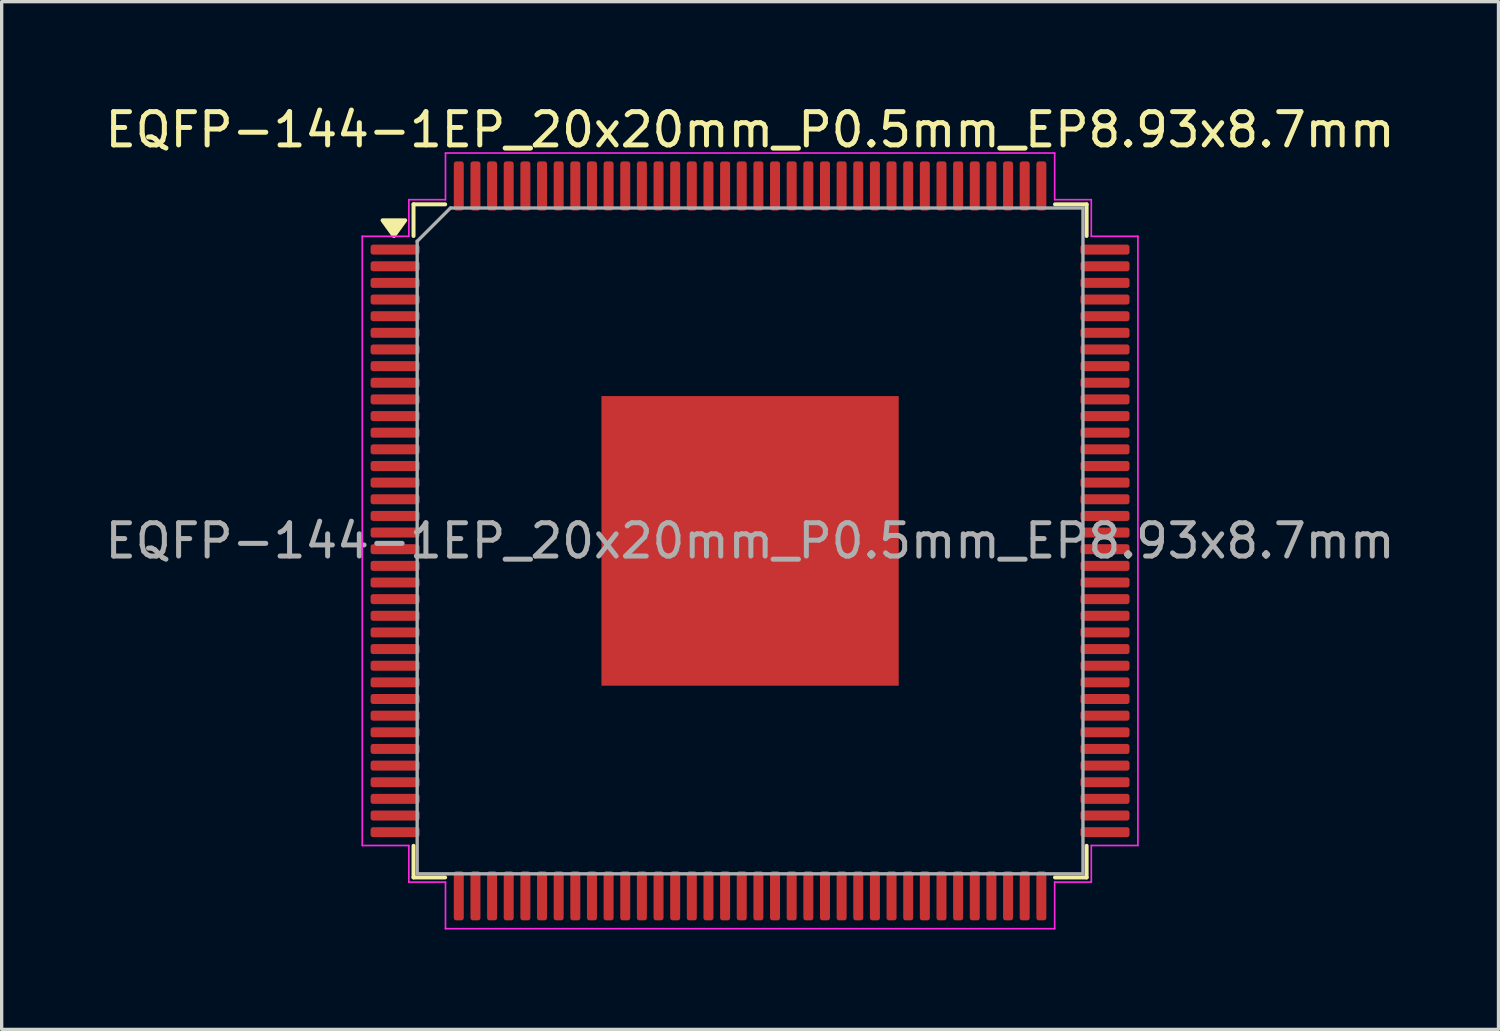
<source format=kicad_pcb>
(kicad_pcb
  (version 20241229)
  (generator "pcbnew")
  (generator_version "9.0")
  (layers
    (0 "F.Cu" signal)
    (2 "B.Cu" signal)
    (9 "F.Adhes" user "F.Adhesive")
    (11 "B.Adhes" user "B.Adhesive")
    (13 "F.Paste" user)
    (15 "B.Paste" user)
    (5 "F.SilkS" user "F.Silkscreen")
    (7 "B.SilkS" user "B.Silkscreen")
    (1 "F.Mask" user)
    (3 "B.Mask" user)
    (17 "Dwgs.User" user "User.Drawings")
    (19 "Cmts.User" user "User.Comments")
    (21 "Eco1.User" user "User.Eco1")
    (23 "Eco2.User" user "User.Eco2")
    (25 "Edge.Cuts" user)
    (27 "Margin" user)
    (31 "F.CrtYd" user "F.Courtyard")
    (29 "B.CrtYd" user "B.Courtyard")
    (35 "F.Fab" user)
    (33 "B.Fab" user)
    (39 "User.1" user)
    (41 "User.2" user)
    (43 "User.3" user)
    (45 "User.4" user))
  (footprint "EQFP-144-1EP_20x20mm_P0.5mm_EP8.93x8.7mm"
    (layer "F.Cu")
    (at 19.482 13.198)
    (property "Reference" "EQFP-144-1EP_20x20mm_P0.5mm_EP8.93x8.7mm" (at 0 -12.35 0) (layer "F.SilkS") (effects (font (size 1 1) (thickness 0.15))))
    (attr smd)
    (fp_line (start -10.11 -10.11) (end -10.11 -9.16) (stroke (width 0.12) (type solid)) (layer "F.SilkS"))
    (fp_line (start -10.11 10.11) (end -10.11 9.16) (stroke (width 0.12) (type solid)) (layer "F.SilkS"))
    (fp_line (start -9.16 -10.11) (end -10.11 -10.11) (stroke (width 0.12) (type solid)) (layer "F.SilkS"))
    (fp_line (start -9.16 10.11) (end -10.11 10.11) (stroke (width 0.12) (type solid)) (layer "F.SilkS"))
    (fp_line (start 9.16 -10.11) (end 10.11 -10.11) (stroke (width 0.12) (type solid)) (layer "F.SilkS"))
    (fp_line (start 9.16 10.11) (end 10.11 10.11) (stroke (width 0.12) (type solid)) (layer "F.SilkS"))
    (fp_line (start 10.11 -10.11) (end 10.11 -9.16) (stroke (width 0.12) (type solid)) (layer "F.SilkS"))
    (fp_line (start 10.11 10.11) (end 10.11 9.16) (stroke (width 0.12) (type solid)) (layer "F.SilkS"))
    (fp_poly (pts (xy -10.7 -9.16) (xy -11.04 -9.63) (xy -10.36 -9.63)) (stroke (width 0.12) (type solid)) (fill yes) (layer "F.SilkS"))
    (fp_line (start -11.65 -9.15) (end -10.25 -9.15) (stroke (width 0.05) (type solid)) (layer "F.CrtYd"))
    (fp_line (start -11.65 9.15) (end -11.65 -9.15) (stroke (width 0.05) (type solid)) (layer "F.CrtYd"))
    (fp_line (start -10.25 -10.25) (end -9.15 -10.25) (stroke (width 0.05) (type solid)) (layer "F.CrtYd"))
    (fp_line (start -10.25 -9.15) (end -10.25 -10.25) (stroke (width 0.05) (type solid)) (layer "F.CrtYd"))
    (fp_line (start -10.25 9.15) (end -11.65 9.15) (stroke (width 0.05) (type solid)) (layer "F.CrtYd"))
    (fp_line (start -10.25 10.25) (end -10.25 9.15) (stroke (width 0.05) (type solid)) (layer "F.CrtYd"))
    (fp_line (start -9.15 -11.65) (end 9.15 -11.65) (stroke (width 0.05) (type solid)) (layer "F.CrtYd"))
    (fp_line (start -9.15 -10.25) (end -9.15 -11.65) (stroke (width 0.05) (type solid)) (layer "F.CrtYd"))
    (fp_line (start -9.15 10.25) (end -10.25 10.25) (stroke (width 0.05) (type solid)) (layer "F.CrtYd"))
    (fp_line (start -9.15 11.65) (end -9.15 10.25) (stroke (width 0.05) (type solid)) (layer "F.CrtYd"))
    (fp_line (start 9.15 -11.65) (end 9.15 -10.25) (stroke (width 0.05) (type solid)) (layer "F.CrtYd"))
    (fp_line (start 9.15 -10.25) (end 10.25 -10.25) (stroke (width 0.05) (type solid)) (layer "F.CrtYd"))
    (fp_line (start 9.15 10.25) (end 9.15 11.65) (stroke (width 0.05) (type solid)) (layer "F.CrtYd"))
    (fp_line (start 9.15 11.65) (end -9.15 11.65) (stroke (width 0.05) (type solid)) (layer "F.CrtYd"))
    (fp_line (start 10.25 -10.25) (end 10.25 -9.15) (stroke (width 0.05) (type solid)) (layer "F.CrtYd"))
    (fp_line (start 10.25 -9.15) (end 11.65 -9.15) (stroke (width 0.05) (type solid)) (layer "F.CrtYd"))
    (fp_line (start 10.25 9.15) (end 10.25 10.25) (stroke (width 0.05) (type solid)) (layer "F.CrtYd"))
    (fp_line (start 10.25 10.25) (end 9.15 10.25) (stroke (width 0.05) (type solid)) (layer "F.CrtYd"))
    (fp_line (start 11.65 -9.15) (end 11.65 9.15) (stroke (width 0.05) (type solid)) (layer "F.CrtYd"))
    (fp_line (start 11.65 9.15) (end 10.25 9.15) (stroke (width 0.05) (type solid)) (layer "F.CrtYd"))
    (fp_line (start -10 -9) (end -9 -10) (stroke (width 0.1) (type solid)) (layer "F.Fab"))
    (fp_line (start -10 10) (end -10 -9) (stroke (width 0.1) (type solid)) (layer "F.Fab"))
    (fp_line (start -9 -10) (end 10 -10) (stroke (width 0.1) (type solid)) (layer "F.Fab"))
    (fp_line (start 10 -10) (end 10 10) (stroke (width 0.1) (type solid)) (layer "F.Fab"))
    (fp_line (start 10 10) (end -10 10) (stroke (width 0.1) (type solid)) (layer "F.Fab"))
    (fp_text user "${REFERENCE}" (at 0 0 0) (layer "F.Fab") (effects (font (size 1 1) (thickness 0.15))))
    (pad "" smd roundrect (at -3.84 -3.72) (size 1.03 1) (layers "F.Paste") (roundrect_rratio 0.25))
    (pad "" smd roundrect (at -3.84 -2.48) (size 1.03 1) (layers "F.Paste") (roundrect_rratio 0.25))
    (pad "" smd roundrect (at -3.84 -1.24) (size 1.03 1) (layers "F.Paste") (roundrect_rratio 0.25))
    (pad "" smd roundrect (at -3.84 0) (size 1.03 1) (layers "F.Paste") (roundrect_rratio 0.25))
    (pad "" smd roundrect (at -3.84 1.24) (size 1.03 1) (layers "F.Paste") (roundrect_rratio 0.25))
    (pad "" smd roundrect (at -3.84 2.48) (size 1.03 1) (layers "F.Paste") (roundrect_rratio 0.25))
    (pad "" smd roundrect (at -3.84 3.72) (size 1.03 1) (layers "F.Paste") (roundrect_rratio 0.25))
    (pad "" smd roundrect (at -2.56 -3.72) (size 1.03 1) (layers "F.Paste") (roundrect_rratio 0.25))
    (pad "" smd roundrect (at -2.56 -2.48) (size 1.03 1) (layers "F.Paste") (roundrect_rratio 0.25))
    (pad "" smd roundrect (at -2.56 -1.24) (size 1.03 1) (layers "F.Paste") (roundrect_rratio 0.25))
    (pad "" smd roundrect (at -2.56 0) (size 1.03 1) (layers "F.Paste") (roundrect_rratio 0.25))
    (pad "" smd roundrect (at -2.56 1.24) (size 1.03 1) (layers "F.Paste") (roundrect_rratio 0.25))
    (pad "" smd roundrect (at -2.56 2.48) (size 1.03 1) (layers "F.Paste") (roundrect_rratio 0.25))
    (pad "" smd roundrect (at -2.56 3.72) (size 1.03 1) (layers "F.Paste") (roundrect_rratio 0.25))
    (pad "" smd roundrect (at -1.28 -3.72) (size 1.03 1) (layers "F.Paste") (roundrect_rratio 0.25))
    (pad "" smd roundrect (at -1.28 -2.48) (size 1.03 1) (layers "F.Paste") (roundrect_rratio 0.25))
    (pad "" smd roundrect (at -1.28 -1.24) (size 1.03 1) (layers "F.Paste") (roundrect_rratio 0.25))
    (pad "" smd roundrect (at -1.28 0) (size 1.03 1) (layers "F.Paste") (roundrect_rratio 0.25))
    (pad "" smd roundrect (at -1.28 1.24) (size 1.03 1) (layers "F.Paste") (roundrect_rratio 0.25))
    (pad "" smd roundrect (at -1.28 2.48) (size 1.03 1) (layers "F.Paste") (roundrect_rratio 0.25))
    (pad "" smd roundrect (at -1.28 3.72) (size 1.03 1) (layers "F.Paste") (roundrect_rratio 0.25))
    (pad "" smd roundrect (at 0 -3.72) (size 1.03 1) (layers "F.Paste") (roundrect_rratio 0.25))
    (pad "" smd roundrect (at 0 -2.48) (size 1.03 1) (layers "F.Paste") (roundrect_rratio 0.25))
    (pad "" smd roundrect (at 0 -1.24) (size 1.03 1) (layers "F.Paste") (roundrect_rratio 0.25))
    (pad "" smd roundrect (at 0 0) (size 1.03 1) (layers "F.Paste") (roundrect_rratio 0.25))
    (pad "" smd roundrect (at 0 1.24) (size 1.03 1) (layers "F.Paste") (roundrect_rratio 0.25))
    (pad "" smd roundrect (at 0 2.48) (size 1.03 1) (layers "F.Paste") (roundrect_rratio 0.25))
    (pad "" smd roundrect (at 0 3.72) (size 1.03 1) (layers "F.Paste") (roundrect_rratio 0.25))
    (pad "" smd roundrect (at 1.28 -3.72) (size 1.03 1) (layers "F.Paste") (roundrect_rratio 0.25))
    (pad "" smd roundrect (at 1.28 -2.48) (size 1.03 1) (layers "F.Paste") (roundrect_rratio 0.25))
    (pad "" smd roundrect (at 1.28 -1.24) (size 1.03 1) (layers "F.Paste") (roundrect_rratio 0.25))
    (pad "" smd roundrect (at 1.28 0) (size 1.03 1) (layers "F.Paste") (roundrect_rratio 0.25))
    (pad "" smd roundrect (at 1.28 1.24) (size 1.03 1) (layers "F.Paste") (roundrect_rratio 0.25))
    (pad "" smd roundrect (at 1.28 2.48) (size 1.03 1) (layers "F.Paste") (roundrect_rratio 0.25))
    (pad "" smd roundrect (at 1.28 3.72) (size 1.03 1) (layers "F.Paste") (roundrect_rratio 0.25))
    (pad "" smd roundrect (at 2.56 -3.72) (size 1.03 1) (layers "F.Paste") (roundrect_rratio 0.25))
    (pad "" smd roundrect (at 2.56 -2.48) (size 1.03 1) (layers "F.Paste") (roundrect_rratio 0.25))
    (pad "" smd roundrect (at 2.56 -1.24) (size 1.03 1) (layers "F.Paste") (roundrect_rratio 0.25))
    (pad "" smd roundrect (at 2.56 0) (size 1.03 1) (layers "F.Paste") (roundrect_rratio 0.25))
    (pad "" smd roundrect (at 2.56 1.24) (size 1.03 1) (layers "F.Paste") (roundrect_rratio 0.25))
    (pad "" smd roundrect (at 2.56 2.48) (size 1.03 1) (layers "F.Paste") (roundrect_rratio 0.25))
    (pad "" smd roundrect (at 2.56 3.72) (size 1.03 1) (layers "F.Paste") (roundrect_rratio 0.25))
    (pad "" smd roundrect (at 3.84 -3.72) (size 1.03 1) (layers "F.Paste") (roundrect_rratio 0.25))
    (pad "" smd roundrect (at 3.84 -2.48) (size 1.03 1) (layers "F.Paste") (roundrect_rratio 0.25))
    (pad "" smd roundrect (at 3.84 -1.24) (size 1.03 1) (layers "F.Paste") (roundrect_rratio 0.25))
    (pad "" smd roundrect (at 3.84 0) (size 1.03 1) (layers "F.Paste") (roundrect_rratio 0.25))
    (pad "" smd roundrect (at 3.84 1.24) (size 1.03 1) (layers "F.Paste") (roundrect_rratio 0.25))
    (pad "" smd roundrect (at 3.84 2.48) (size 1.03 1) (layers "F.Paste") (roundrect_rratio 0.25))
    (pad "" smd roundrect (at 3.84 3.72) (size 1.03 1) (layers "F.Paste") (roundrect_rratio 0.25))
    (pad "1" smd roundrect (at -10.662 -8.75) (size 1.475 0.3) (layers "F.Cu" "F.Mask" "F.Paste") (roundrect_rratio 0.25))
    (pad "2" smd roundrect (at -10.662 -8.25) (size 1.475 0.3) (layers "F.Cu" "F.Mask" "F.Paste") (roundrect_rratio 0.25))
    (pad "3" smd roundrect (at -10.662 -7.75) (size 1.475 0.3) (layers "F.Cu" "F.Mask" "F.Paste") (roundrect_rratio 0.25))
    (pad "4" smd roundrect (at -10.662 -7.25) (size 1.475 0.3) (layers "F.Cu" "F.Mask" "F.Paste") (roundrect_rratio 0.25))
    (pad "5" smd roundrect (at -10.662 -6.75) (size 1.475 0.3) (layers "F.Cu" "F.Mask" "F.Paste") (roundrect_rratio 0.25))
    (pad "6" smd roundrect (at -10.662 -6.25) (size 1.475 0.3) (layers "F.Cu" "F.Mask" "F.Paste") (roundrect_rratio 0.25))
    (pad "7" smd roundrect (at -10.662 -5.75) (size 1.475 0.3) (layers "F.Cu" "F.Mask" "F.Paste") (roundrect_rratio 0.25))
    (pad "8" smd roundrect (at -10.662 -5.25) (size 1.475 0.3) (layers "F.Cu" "F.Mask" "F.Paste") (roundrect_rratio 0.25))
    (pad "9" smd roundrect (at -10.662 -4.75) (size 1.475 0.3) (layers "F.Cu" "F.Mask" "F.Paste") (roundrect_rratio 0.25))
    (pad "10" smd roundrect (at -10.662 -4.25) (size 1.475 0.3) (layers "F.Cu" "F.Mask" "F.Paste") (roundrect_rratio 0.25))
    (pad "11" smd roundrect (at -10.662 -3.75) (size 1.475 0.3) (layers "F.Cu" "F.Mask" "F.Paste") (roundrect_rratio 0.25))
    (pad "12" smd roundrect (at -10.662 -3.25) (size 1.475 0.3) (layers "F.Cu" "F.Mask" "F.Paste") (roundrect_rratio 0.25))
    (pad "13" smd roundrect (at -10.662 -2.75) (size 1.475 0.3) (layers "F.Cu" "F.Mask" "F.Paste") (roundrect_rratio 0.25))
    (pad "14" smd roundrect (at -10.662 -2.25) (size 1.475 0.3) (layers "F.Cu" "F.Mask" "F.Paste") (roundrect_rratio 0.25))
    (pad "15" smd roundrect (at -10.662 -1.75) (size 1.475 0.3) (layers "F.Cu" "F.Mask" "F.Paste") (roundrect_rratio 0.25))
    (pad "16" smd roundrect (at -10.662 -1.25) (size 1.475 0.3) (layers "F.Cu" "F.Mask" "F.Paste") (roundrect_rratio 0.25))
    (pad "17" smd roundrect (at -10.662 -0.75) (size 1.475 0.3) (layers "F.Cu" "F.Mask" "F.Paste") (roundrect_rratio 0.25))
    (pad "18" smd roundrect (at -10.662 -0.25) (size 1.475 0.3) (layers "F.Cu" "F.Mask" "F.Paste") (roundrect_rratio 0.25))
    (pad "19" smd roundrect (at -10.662 0.25) (size 1.475 0.3) (layers "F.Cu" "F.Mask" "F.Paste") (roundrect_rratio 0.25))
    (pad "20" smd roundrect (at -10.662 0.75) (size 1.475 0.3) (layers "F.Cu" "F.Mask" "F.Paste") (roundrect_rratio 0.25))
    (pad "21" smd roundrect (at -10.662 1.25) (size 1.475 0.3) (layers "F.Cu" "F.Mask" "F.Paste") (roundrect_rratio 0.25))
    (pad "22" smd roundrect (at -10.662 1.75) (size 1.475 0.3) (layers "F.Cu" "F.Mask" "F.Paste") (roundrect_rratio 0.25))
    (pad "23" smd roundrect (at -10.662 2.25) (size 1.475 0.3) (layers "F.Cu" "F.Mask" "F.Paste") (roundrect_rratio 0.25))
    (pad "24" smd roundrect (at -10.662 2.75) (size 1.475 0.3) (layers "F.Cu" "F.Mask" "F.Paste") (roundrect_rratio 0.25))
    (pad "25" smd roundrect (at -10.662 3.25) (size 1.475 0.3) (layers "F.Cu" "F.Mask" "F.Paste") (roundrect_rratio 0.25))
    (pad "26" smd roundrect (at -10.662 3.75) (size 1.475 0.3) (layers "F.Cu" "F.Mask" "F.Paste") (roundrect_rratio 0.25))
    (pad "27" smd roundrect (at -10.662 4.25) (size 1.475 0.3) (layers "F.Cu" "F.Mask" "F.Paste") (roundrect_rratio 0.25))
    (pad "28" smd roundrect (at -10.662 4.75) (size 1.475 0.3) (layers "F.Cu" "F.Mask" "F.Paste") (roundrect_rratio 0.25))
    (pad "29" smd roundrect (at -10.662 5.25) (size 1.475 0.3) (layers "F.Cu" "F.Mask" "F.Paste") (roundrect_rratio 0.25))
    (pad "30" smd roundrect (at -10.662 5.75) (size 1.475 0.3) (layers "F.Cu" "F.Mask" "F.Paste") (roundrect_rratio 0.25))
    (pad "31" smd roundrect (at -10.662 6.25) (size 1.475 0.3) (layers "F.Cu" "F.Mask" "F.Paste") (roundrect_rratio 0.25))
    (pad "32" smd roundrect (at -10.662 6.75) (size 1.475 0.3) (layers "F.Cu" "F.Mask" "F.Paste") (roundrect_rratio 0.25))
    (pad "33" smd roundrect (at -10.662 7.25) (size 1.475 0.3) (layers "F.Cu" "F.Mask" "F.Paste") (roundrect_rratio 0.25))
    (pad "34" smd roundrect (at -10.662 7.75) (size 1.475 0.3) (layers "F.Cu" "F.Mask" "F.Paste") (roundrect_rratio 0.25))
    (pad "35" smd roundrect (at -10.662 8.25) (size 1.475 0.3) (layers "F.Cu" "F.Mask" "F.Paste") (roundrect_rratio 0.25))
    (pad "36" smd roundrect (at -10.662 8.75) (size 1.475 0.3) (layers "F.Cu" "F.Mask" "F.Paste") (roundrect_rratio 0.25))
    (pad "37" smd roundrect (at -8.75 10.662) (size 0.3 1.475) (layers "F.Cu" "F.Mask" "F.Paste") (roundrect_rratio 0.25))
    (pad "38" smd roundrect (at -8.25 10.662) (size 0.3 1.475) (layers "F.Cu" "F.Mask" "F.Paste") (roundrect_rratio 0.25))
    (pad "39" smd roundrect (at -7.75 10.662) (size 0.3 1.475) (layers "F.Cu" "F.Mask" "F.Paste") (roundrect_rratio 0.25))
    (pad "40" smd roundrect (at -7.25 10.662) (size 0.3 1.475) (layers "F.Cu" "F.Mask" "F.Paste") (roundrect_rratio 0.25))
    (pad "41" smd roundrect (at -6.75 10.662) (size 0.3 1.475) (layers "F.Cu" "F.Mask" "F.Paste") (roundrect_rratio 0.25))
    (pad "42" smd roundrect (at -6.25 10.662) (size 0.3 1.475) (layers "F.Cu" "F.Mask" "F.Paste") (roundrect_rratio 0.25))
    (pad "43" smd roundrect (at -5.75 10.662) (size 0.3 1.475) (layers "F.Cu" "F.Mask" "F.Paste") (roundrect_rratio 0.25))
    (pad "44" smd roundrect (at -5.25 10.662) (size 0.3 1.475) (layers "F.Cu" "F.Mask" "F.Paste") (roundrect_rratio 0.25))
    (pad "45" smd roundrect (at -4.75 10.662) (size 0.3 1.475) (layers "F.Cu" "F.Mask" "F.Paste") (roundrect_rratio 0.25))
    (pad "46" smd roundrect (at -4.25 10.662) (size 0.3 1.475) (layers "F.Cu" "F.Mask" "F.Paste") (roundrect_rratio 0.25))
    (pad "47" smd roundrect (at -3.75 10.662) (size 0.3 1.475) (layers "F.Cu" "F.Mask" "F.Paste") (roundrect_rratio 0.25))
    (pad "48" smd roundrect (at -3.25 10.662) (size 0.3 1.475) (layers "F.Cu" "F.Mask" "F.Paste") (roundrect_rratio 0.25))
    (pad "49" smd roundrect (at -2.75 10.662) (size 0.3 1.475) (layers "F.Cu" "F.Mask" "F.Paste") (roundrect_rratio 0.25))
    (pad "50" smd roundrect (at -2.25 10.662) (size 0.3 1.475) (layers "F.Cu" "F.Mask" "F.Paste") (roundrect_rratio 0.25))
    (pad "51" smd roundrect (at -1.75 10.662) (size 0.3 1.475) (layers "F.Cu" "F.Mask" "F.Paste") (roundrect_rratio 0.25))
    (pad "52" smd roundrect (at -1.25 10.662) (size 0.3 1.475) (layers "F.Cu" "F.Mask" "F.Paste") (roundrect_rratio 0.25))
    (pad "53" smd roundrect (at -0.75 10.662) (size 0.3 1.475) (layers "F.Cu" "F.Mask" "F.Paste") (roundrect_rratio 0.25))
    (pad "54" smd roundrect (at -0.25 10.662) (size 0.3 1.475) (layers "F.Cu" "F.Mask" "F.Paste") (roundrect_rratio 0.25))
    (pad "55" smd roundrect (at 0.25 10.662) (size 0.3 1.475) (layers "F.Cu" "F.Mask" "F.Paste") (roundrect_rratio 0.25))
    (pad "56" smd roundrect (at 0.75 10.662) (size 0.3 1.475) (layers "F.Cu" "F.Mask" "F.Paste") (roundrect_rratio 0.25))
    (pad "57" smd roundrect (at 1.25 10.662) (size 0.3 1.475) (layers "F.Cu" "F.Mask" "F.Paste") (roundrect_rratio 0.25))
    (pad "58" smd roundrect (at 1.75 10.662) (size 0.3 1.475) (layers "F.Cu" "F.Mask" "F.Paste") (roundrect_rratio 0.25))
    (pad "59" smd roundrect (at 2.25 10.662) (size 0.3 1.475) (layers "F.Cu" "F.Mask" "F.Paste") (roundrect_rratio 0.25))
    (pad "60" smd roundrect (at 2.75 10.662) (size 0.3 1.475) (layers "F.Cu" "F.Mask" "F.Paste") (roundrect_rratio 0.25))
    (pad "61" smd roundrect (at 3.25 10.662) (size 0.3 1.475) (layers "F.Cu" "F.Mask" "F.Paste") (roundrect_rratio 0.25))
    (pad "62" smd roundrect (at 3.75 10.662) (size 0.3 1.475) (layers "F.Cu" "F.Mask" "F.Paste") (roundrect_rratio 0.25))
    (pad "63" smd roundrect (at 4.25 10.662) (size 0.3 1.475) (layers "F.Cu" "F.Mask" "F.Paste") (roundrect_rratio 0.25))
    (pad "64" smd roundrect (at 4.75 10.662) (size 0.3 1.475) (layers "F.Cu" "F.Mask" "F.Paste") (roundrect_rratio 0.25))
    (pad "65" smd roundrect (at 5.25 10.662) (size 0.3 1.475) (layers "F.Cu" "F.Mask" "F.Paste") (roundrect_rratio 0.25))
    (pad "66" smd roundrect (at 5.75 10.662) (size 0.3 1.475) (layers "F.Cu" "F.Mask" "F.Paste") (roundrect_rratio 0.25))
    (pad "67" smd roundrect (at 6.25 10.662) (size 0.3 1.475) (layers "F.Cu" "F.Mask" "F.Paste") (roundrect_rratio 0.25))
    (pad "68" smd roundrect (at 6.75 10.662) (size 0.3 1.475) (layers "F.Cu" "F.Mask" "F.Paste") (roundrect_rratio 0.25))
    (pad "69" smd roundrect (at 7.25 10.662) (size 0.3 1.475) (layers "F.Cu" "F.Mask" "F.Paste") (roundrect_rratio 0.25))
    (pad "70" smd roundrect (at 7.75 10.662) (size 0.3 1.475) (layers "F.Cu" "F.Mask" "F.Paste") (roundrect_rratio 0.25))
    (pad "71" smd roundrect (at 8.25 10.662) (size 0.3 1.475) (layers "F.Cu" "F.Mask" "F.Paste") (roundrect_rratio 0.25))
    (pad "72" smd roundrect (at 8.75 10.662) (size 0.3 1.475) (layers "F.Cu" "F.Mask" "F.Paste") (roundrect_rratio 0.25))
    (pad "73" smd roundrect (at 10.662 8.75) (size 1.475 0.3) (layers "F.Cu" "F.Mask" "F.Paste") (roundrect_rratio 0.25))
    (pad "74" smd roundrect (at 10.662 8.25) (size 1.475 0.3) (layers "F.Cu" "F.Mask" "F.Paste") (roundrect_rratio 0.25))
    (pad "75" smd roundrect (at 10.662 7.75) (size 1.475 0.3) (layers "F.Cu" "F.Mask" "F.Paste") (roundrect_rratio 0.25))
    (pad "76" smd roundrect (at 10.662 7.25) (size 1.475 0.3) (layers "F.Cu" "F.Mask" "F.Paste") (roundrect_rratio 0.25))
    (pad "77" smd roundrect (at 10.662 6.75) (size 1.475 0.3) (layers "F.Cu" "F.Mask" "F.Paste") (roundrect_rratio 0.25))
    (pad "78" smd roundrect (at 10.662 6.25) (size 1.475 0.3) (layers "F.Cu" "F.Mask" "F.Paste") (roundrect_rratio 0.25))
    (pad "79" smd roundrect (at 10.662 5.75) (size 1.475 0.3) (layers "F.Cu" "F.Mask" "F.Paste") (roundrect_rratio 0.25))
    (pad "80" smd roundrect (at 10.662 5.25) (size 1.475 0.3) (layers "F.Cu" "F.Mask" "F.Paste") (roundrect_rratio 0.25))
    (pad "81" smd roundrect (at 10.662 4.75) (size 1.475 0.3) (layers "F.Cu" "F.Mask" "F.Paste") (roundrect_rratio 0.25))
    (pad "82" smd roundrect (at 10.662 4.25) (size 1.475 0.3) (layers "F.Cu" "F.Mask" "F.Paste") (roundrect_rratio 0.25))
    (pad "83" smd roundrect (at 10.662 3.75) (size 1.475 0.3) (layers "F.Cu" "F.Mask" "F.Paste") (roundrect_rratio 0.25))
    (pad "84" smd roundrect (at 10.662 3.25) (size 1.475 0.3) (layers "F.Cu" "F.Mask" "F.Paste") (roundrect_rratio 0.25))
    (pad "85" smd roundrect (at 10.662 2.75) (size 1.475 0.3) (layers "F.Cu" "F.Mask" "F.Paste") (roundrect_rratio 0.25))
    (pad "86" smd roundrect (at 10.662 2.25) (size 1.475 0.3) (layers "F.Cu" "F.Mask" "F.Paste") (roundrect_rratio 0.25))
    (pad "87" smd roundrect (at 10.662 1.75) (size 1.475 0.3) (layers "F.Cu" "F.Mask" "F.Paste") (roundrect_rratio 0.25))
    (pad "88" smd roundrect (at 10.662 1.25) (size 1.475 0.3) (layers "F.Cu" "F.Mask" "F.Paste") (roundrect_rratio 0.25))
    (pad "89" smd roundrect (at 10.662 0.75) (size 1.475 0.3) (layers "F.Cu" "F.Mask" "F.Paste") (roundrect_rratio 0.25))
    (pad "90" smd roundrect (at 10.662 0.25) (size 1.475 0.3) (layers "F.Cu" "F.Mask" "F.Paste") (roundrect_rratio 0.25))
    (pad "91" smd roundrect (at 10.662 -0.25) (size 1.475 0.3) (layers "F.Cu" "F.Mask" "F.Paste") (roundrect_rratio 0.25))
    (pad "92" smd roundrect (at 10.662 -0.75) (size 1.475 0.3) (layers "F.Cu" "F.Mask" "F.Paste") (roundrect_rratio 0.25))
    (pad "93" smd roundrect (at 10.662 -1.25) (size 1.475 0.3) (layers "F.Cu" "F.Mask" "F.Paste") (roundrect_rratio 0.25))
    (pad "94" smd roundrect (at 10.662 -1.75) (size 1.475 0.3) (layers "F.Cu" "F.Mask" "F.Paste") (roundrect_rratio 0.25))
    (pad "95" smd roundrect (at 10.662 -2.25) (size 1.475 0.3) (layers "F.Cu" "F.Mask" "F.Paste") (roundrect_rratio 0.25))
    (pad "96" smd roundrect (at 10.662 -2.75) (size 1.475 0.3) (layers "F.Cu" "F.Mask" "F.Paste") (roundrect_rratio 0.25))
    (pad "97" smd roundrect (at 10.662 -3.25) (size 1.475 0.3) (layers "F.Cu" "F.Mask" "F.Paste") (roundrect_rratio 0.25))
    (pad "98" smd roundrect (at 10.662 -3.75) (size 1.475 0.3) (layers "F.Cu" "F.Mask" "F.Paste") (roundrect_rratio 0.25))
    (pad "99" smd roundrect (at 10.662 -4.25) (size 1.475 0.3) (layers "F.Cu" "F.Mask" "F.Paste") (roundrect_rratio 0.25))
    (pad "100" smd roundrect (at 10.662 -4.75) (size 1.475 0.3) (layers "F.Cu" "F.Mask" "F.Paste") (roundrect_rratio 0.25))
    (pad "101" smd roundrect (at 10.662 -5.25) (size 1.475 0.3) (layers "F.Cu" "F.Mask" "F.Paste") (roundrect_rratio 0.25))
    (pad "102" smd roundrect (at 10.662 -5.75) (size 1.475 0.3) (layers "F.Cu" "F.Mask" "F.Paste") (roundrect_rratio 0.25))
    (pad "103" smd roundrect (at 10.662 -6.25) (size 1.475 0.3) (layers "F.Cu" "F.Mask" "F.Paste") (roundrect_rratio 0.25))
    (pad "104" smd roundrect (at 10.662 -6.75) (size 1.475 0.3) (layers "F.Cu" "F.Mask" "F.Paste") (roundrect_rratio 0.25))
    (pad "105" smd roundrect (at 10.662 -7.25) (size 1.475 0.3) (layers "F.Cu" "F.Mask" "F.Paste") (roundrect_rratio 0.25))
    (pad "106" smd roundrect (at 10.662 -7.75) (size 1.475 0.3) (layers "F.Cu" "F.Mask" "F.Paste") (roundrect_rratio 0.25))
    (pad "107" smd roundrect (at 10.662 -8.25) (size 1.475 0.3) (layers "F.Cu" "F.Mask" "F.Paste") (roundrect_rratio 0.25))
    (pad "108" smd roundrect (at 10.662 -8.75) (size 1.475 0.3) (layers "F.Cu" "F.Mask" "F.Paste") (roundrect_rratio 0.25))
    (pad "109" smd roundrect (at 8.75 -10.662) (size 0.3 1.475) (layers "F.Cu" "F.Mask" "F.Paste") (roundrect_rratio 0.25))
    (pad "110" smd roundrect (at 8.25 -10.662) (size 0.3 1.475) (layers "F.Cu" "F.Mask" "F.Paste") (roundrect_rratio 0.25))
    (pad "111" smd roundrect (at 7.75 -10.662) (size 0.3 1.475) (layers "F.Cu" "F.Mask" "F.Paste") (roundrect_rratio 0.25))
    (pad "112" smd roundrect (at 7.25 -10.662) (size 0.3 1.475) (layers "F.Cu" "F.Mask" "F.Paste") (roundrect_rratio 0.25))
    (pad "113" smd roundrect (at 6.75 -10.662) (size 0.3 1.475) (layers "F.Cu" "F.Mask" "F.Paste") (roundrect_rratio 0.25))
    (pad "114" smd roundrect (at 6.25 -10.662) (size 0.3 1.475) (layers "F.Cu" "F.Mask" "F.Paste") (roundrect_rratio 0.25))
    (pad "115" smd roundrect (at 5.75 -10.662) (size 0.3 1.475) (layers "F.Cu" "F.Mask" "F.Paste") (roundrect_rratio 0.25))
    (pad "116" smd roundrect (at 5.25 -10.662) (size 0.3 1.475) (layers "F.Cu" "F.Mask" "F.Paste") (roundrect_rratio 0.25))
    (pad "117" smd roundrect (at 4.75 -10.662) (size 0.3 1.475) (layers "F.Cu" "F.Mask" "F.Paste") (roundrect_rratio 0.25))
    (pad "118" smd roundrect (at 4.25 -10.662) (size 0.3 1.475) (layers "F.Cu" "F.Mask" "F.Paste") (roundrect_rratio 0.25))
    (pad "119" smd roundrect (at 3.75 -10.662) (size 0.3 1.475) (layers "F.Cu" "F.Mask" "F.Paste") (roundrect_rratio 0.25))
    (pad "120" smd roundrect (at 3.25 -10.662) (size 0.3 1.475) (layers "F.Cu" "F.Mask" "F.Paste") (roundrect_rratio 0.25))
    (pad "121" smd roundrect (at 2.75 -10.662) (size 0.3 1.475) (layers "F.Cu" "F.Mask" "F.Paste") (roundrect_rratio 0.25))
    (pad "122" smd roundrect (at 2.25 -10.662) (size 0.3 1.475) (layers "F.Cu" "F.Mask" "F.Paste") (roundrect_rratio 0.25))
    (pad "123" smd roundrect (at 1.75 -10.662) (size 0.3 1.475) (layers "F.Cu" "F.Mask" "F.Paste") (roundrect_rratio 0.25))
    (pad "124" smd roundrect (at 1.25 -10.662) (size 0.3 1.475) (layers "F.Cu" "F.Mask" "F.Paste") (roundrect_rratio 0.25))
    (pad "125" smd roundrect (at 0.75 -10.662) (size 0.3 1.475) (layers "F.Cu" "F.Mask" "F.Paste") (roundrect_rratio 0.25))
    (pad "126" smd roundrect (at 0.25 -10.662) (size 0.3 1.475) (layers "F.Cu" "F.Mask" "F.Paste") (roundrect_rratio 0.25))
    (pad "127" smd roundrect (at -0.25 -10.662) (size 0.3 1.475) (layers "F.Cu" "F.Mask" "F.Paste") (roundrect_rratio 0.25))
    (pad "128" smd roundrect (at -0.75 -10.662) (size 0.3 1.475) (layers "F.Cu" "F.Mask" "F.Paste") (roundrect_rratio 0.25))
    (pad "129" smd roundrect (at -1.25 -10.662) (size 0.3 1.475) (layers "F.Cu" "F.Mask" "F.Paste") (roundrect_rratio 0.25))
    (pad "130" smd roundrect (at -1.75 -10.662) (size 0.3 1.475) (layers "F.Cu" "F.Mask" "F.Paste") (roundrect_rratio 0.25))
    (pad "131" smd roundrect (at -2.25 -10.662) (size 0.3 1.475) (layers "F.Cu" "F.Mask" "F.Paste") (roundrect_rratio 0.25))
    (pad "132" smd roundrect (at -2.75 -10.662) (size 0.3 1.475) (layers "F.Cu" "F.Mask" "F.Paste") (roundrect_rratio 0.25))
    (pad "133" smd roundrect (at -3.25 -10.662) (size 0.3 1.475) (layers "F.Cu" "F.Mask" "F.Paste") (roundrect_rratio 0.25))
    (pad "134" smd roundrect (at -3.75 -10.662) (size 0.3 1.475) (layers "F.Cu" "F.Mask" "F.Paste") (roundrect_rratio 0.25))
    (pad "135" smd roundrect (at -4.25 -10.662) (size 0.3 1.475) (layers "F.Cu" "F.Mask" "F.Paste") (roundrect_rratio 0.25))
    (pad "136" smd roundrect (at -4.75 -10.662) (size 0.3 1.475) (layers "F.Cu" "F.Mask" "F.Paste") (roundrect_rratio 0.25))
    (pad "137" smd roundrect (at -5.25 -10.662) (size 0.3 1.475) (layers "F.Cu" "F.Mask" "F.Paste") (roundrect_rratio 0.25))
    (pad "138" smd roundrect (at -5.75 -10.662) (size 0.3 1.475) (layers "F.Cu" "F.Mask" "F.Paste") (roundrect_rratio 0.25))
    (pad "139" smd roundrect (at -6.25 -10.662) (size 0.3 1.475) (layers "F.Cu" "F.Mask" "F.Paste") (roundrect_rratio 0.25))
    (pad "140" smd roundrect (at -6.75 -10.662) (size 0.3 1.475) (layers "F.Cu" "F.Mask" "F.Paste") (roundrect_rratio 0.25))
    (pad "141" smd roundrect (at -7.25 -10.662) (size 0.3 1.475) (layers "F.Cu" "F.Mask" "F.Paste") (roundrect_rratio 0.25))
    (pad "142" smd roundrect (at -7.75 -10.662) (size 0.3 1.475) (layers "F.Cu" "F.Mask" "F.Paste") (roundrect_rratio 0.25))
    (pad "143" smd roundrect (at -8.25 -10.662) (size 0.3 1.475) (layers "F.Cu" "F.Mask" "F.Paste") (roundrect_rratio 0.25))
    (pad "144" smd roundrect (at -8.75 -10.662) (size 0.3 1.475) (layers "F.Cu" "F.Mask" "F.Paste") (roundrect_rratio 0.25))
    (pad "145" smd rect (at 0 0) (size 8.93 8.7) (property pad_prop_heatsink) (layers "F.Cu" "F.Mask")))
  (gr_rect
    (start -3 -3)
    (end 41.964 27.873)
    (stroke (width 0.1) (type default))
    (fill no)
    (layer "Edge.Cuts")))
</source>
